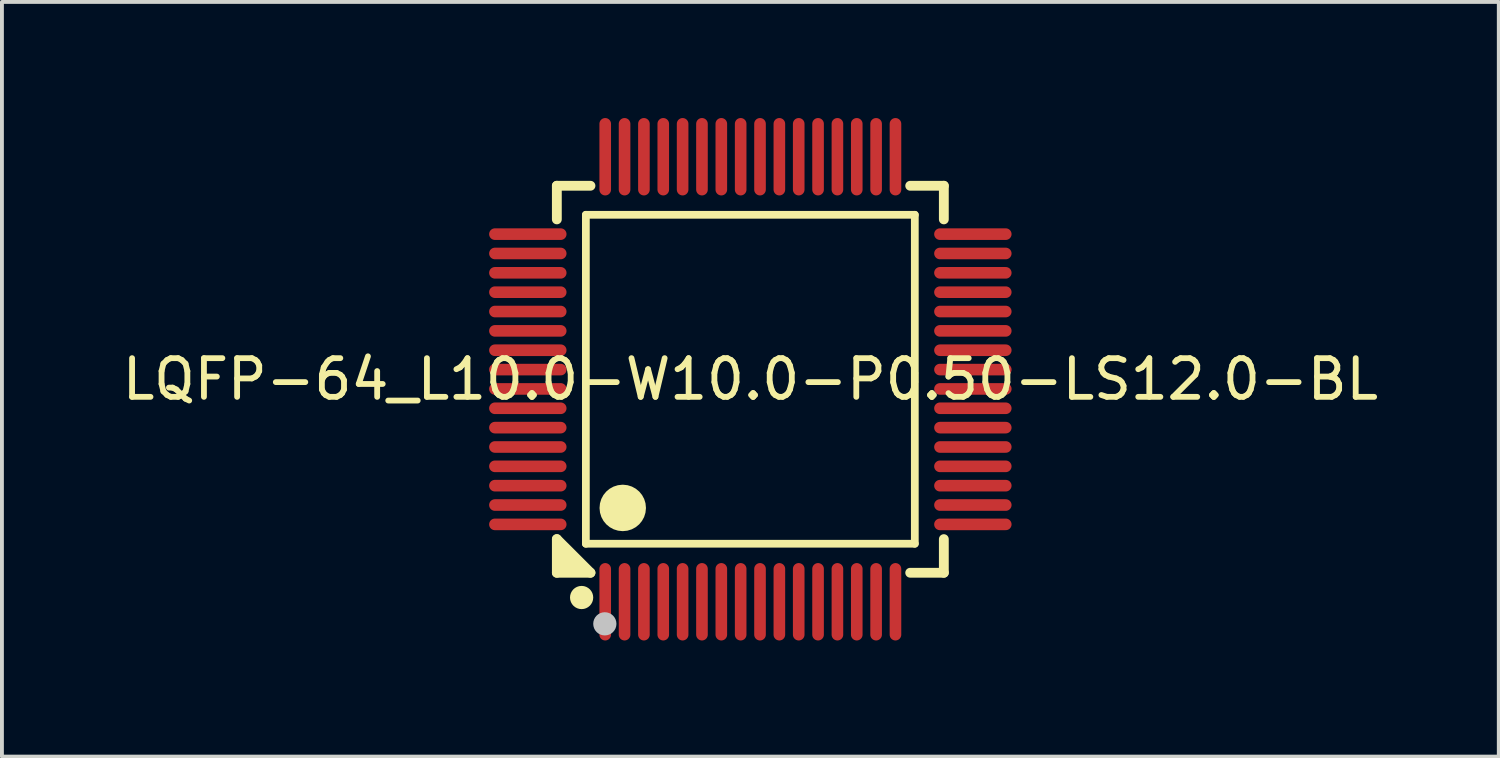
<source format=kicad_pcb>
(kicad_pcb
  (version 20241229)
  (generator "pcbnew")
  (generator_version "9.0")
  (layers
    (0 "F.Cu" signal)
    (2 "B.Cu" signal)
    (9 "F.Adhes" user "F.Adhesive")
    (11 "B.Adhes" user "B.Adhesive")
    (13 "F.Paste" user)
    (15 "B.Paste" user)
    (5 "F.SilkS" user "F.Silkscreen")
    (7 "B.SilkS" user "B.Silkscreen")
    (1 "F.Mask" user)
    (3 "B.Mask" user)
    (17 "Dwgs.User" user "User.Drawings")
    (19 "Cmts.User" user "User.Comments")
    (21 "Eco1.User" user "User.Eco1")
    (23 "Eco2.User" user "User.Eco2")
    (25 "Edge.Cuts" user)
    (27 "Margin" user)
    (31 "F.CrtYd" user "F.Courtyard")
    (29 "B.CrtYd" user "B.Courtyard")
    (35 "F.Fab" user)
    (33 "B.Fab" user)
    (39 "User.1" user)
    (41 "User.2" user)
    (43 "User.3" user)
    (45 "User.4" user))
  (footprint "LQFP-64_L10.0-W10.0-P0.50-LS12.0-BL"
    (layer "F.Cu")
    (at 16.339 6.75)
    (property "Reference" "LQFP-64_L10.0-W10.0-P0.50-LS12.0-BL" (at 0 0 0) (unlocked yes) (layer "F.SilkS") (effects (font (size 1 1) (thickness 0.15))))
    (fp_line (start -5 -5) (end -4.131 -5) (stroke (width 0.254) (type default)) (layer "F.SilkS"))
    (fp_line (start -5 -4.131) (end -5 -5) (stroke (width 0.254) (type default)) (layer "F.SilkS"))
    (fp_line (start -5 4.131) (end -4.131 5) (stroke (width 0.254) (type default)) (layer "F.SilkS"))
    (fp_line (start -5 5) (end -5 4.131) (stroke (width 0.254) (type default)) (layer "F.SilkS"))
    (fp_line (start -4.25 -4.25) (end -4.25 4.25) (stroke (width 0.2) (type default)) (layer "F.SilkS"))
    (fp_line (start -4.25 4.25) (end 4.25 4.25) (stroke (width 0.2) (type default)) (layer "F.SilkS"))
    (fp_line (start -4.131 5) (end -5 5) (stroke (width 0.254) (type default)) (layer "F.SilkS"))
    (fp_line (start 4.25 -4.25) (end -4.25 -4.25) (stroke (width 0.2) (type default)) (layer "F.SilkS"))
    (fp_line (start 4.25 4.25) (end 4.25 -4.25) (stroke (width 0.2) (type default)) (layer "F.SilkS"))
    (fp_line (start 5 -5) (end 4.131 -5) (stroke (width 0.254) (type default)) (layer "F.SilkS"))
    (fp_line (start 5 -5) (end 5 -4.131) (stroke (width 0.254) (type default)) (layer "F.SilkS"))
    (fp_line (start 5 4.131) (end 5 5) (stroke (width 0.254) (type default)) (layer "F.SilkS"))
    (fp_line (start 5 5) (end 4.131 5) (stroke (width 0.254) (type default)) (layer "F.SilkS"))
    (fp_arc (start -4.3585 5.49) (mid -4.36 5.790007) (end -4.3615 5.49) (stroke (width 0.3) (type default)) (layer "F.SilkS"))
    (fp_arc (start -3.2945 3.025) (mid -3.297 3.62501) (end -3.2995 3.025) (stroke (width 0.6) (type default)) (layer "F.SilkS"))
    (fp_poly (pts (xy -4.131 5) (xy -5 4.131) (xy -5 5)) (stroke (width 0) (type default)) (fill yes) (layer "F.SilkS"))
    (fp_circle (center -3.76 6.32) (end -3.61 6.32) (stroke (width 0.3) (type default)) (fill no) (layer "Dwgs.User"))
    (fp_poly (pts (xy -6 -3.64) (xy -6 -3.86) (xy -5.4 -3.86) (xy -5.4 -3.64)) (stroke (width 0.1) (type default)) (fill no) (layer "User.1"))
    (fp_poly (pts (xy -6 -3.14) (xy -6 -3.36) (xy -5.4 -3.36) (xy -5.4 -3.14)) (stroke (width 0.1) (type default)) (fill no) (layer "User.1"))
    (fp_poly (pts (xy -6 -2.64) (xy -6 -2.86) (xy -5.4 -2.86) (xy -5.4 -2.64)) (stroke (width 0.1) (type default)) (fill no) (layer "User.1"))
    (fp_poly (pts (xy -6 -2.14) (xy -6 -2.36) (xy -5.4 -2.36) (xy -5.4 -2.14)) (stroke (width 0.1) (type default)) (fill no) (layer "User.1"))
    (fp_poly (pts (xy -6 -1.64) (xy -6 -1.86) (xy -5.4 -1.86) (xy -5.4 -1.64)) (stroke (width 0.1) (type default)) (fill no) (layer "User.1"))
    (fp_poly (pts (xy -6 -1.14) (xy -6 -1.36) (xy -5.4 -1.36) (xy -5.4 -1.14)) (stroke (width 0.1) (type default)) (fill no) (layer "User.1"))
    (fp_poly (pts (xy -6 -0.64) (xy -6 -0.86) (xy -5.4 -0.86) (xy -5.4 -0.64)) (stroke (width 0.1) (type default)) (fill no) (layer "User.1"))
    (fp_poly (pts (xy -6 -0.14) (xy -6 -0.36) (xy -5.4 -0.36) (xy -5.4 -0.14)) (stroke (width 0.1) (type default)) (fill no) (layer "User.1"))
    (fp_poly (pts (xy -6 0.36) (xy -6 0.14) (xy -5.4 0.14) (xy -5.4 0.36)) (stroke (width 0.1) (type default)) (fill no) (layer "User.1"))
    (fp_poly (pts (xy -6 0.86) (xy -6 0.64) (xy -5.4 0.64) (xy -5.4 0.86)) (stroke (width 0.1) (type default)) (fill no) (layer "User.1"))
    (fp_poly (pts (xy -6 1.36) (xy -6 1.14) (xy -5.4 1.14) (xy -5.4 1.36)) (stroke (width 0.1) (type default)) (fill no) (layer "User.1"))
    (fp_poly (pts (xy -6 1.86) (xy -6 1.64) (xy -5.4 1.64) (xy -5.4 1.86)) (stroke (width 0.1) (type default)) (fill no) (layer "User.1"))
    (fp_poly (pts (xy -6 2.36) (xy -6 2.14) (xy -5.4 2.14) (xy -5.4 2.36)) (stroke (width 0.1) (type default)) (fill no) (layer "User.1"))
    (fp_poly (pts (xy -6 2.86) (xy -6 2.64) (xy -5.4 2.64) (xy -5.4 2.86)) (stroke (width 0.1) (type default)) (fill no) (layer "User.1"))
    (fp_poly (pts (xy -6 3.36) (xy -6 3.14) (xy -5.4 3.14) (xy -5.4 3.36)) (stroke (width 0.1) (type default)) (fill no) (layer "User.1"))
    (fp_poly (pts (xy -6 3.86) (xy -6 3.64) (xy -5.4 3.64) (xy -5.4 3.86)) (stroke (width 0.1) (type default)) (fill no) (layer "User.1"))
    (fp_poly (pts (xy -5.41 -3.64) (xy -5.41 -3.86) (xy -4.99 -3.86) (xy -4.99 -3.64)) (stroke (width 0.1) (type default)) (fill no) (layer "User.1"))
    (fp_poly (pts (xy -5.41 -3.14) (xy -5.41 -3.36) (xy -4.99 -3.36) (xy -4.99 -3.14)) (stroke (width 0.1) (type default)) (fill no) (layer "User.1"))
    (fp_poly (pts (xy -5.41 -2.64) (xy -5.41 -2.86) (xy -4.99 -2.86) (xy -4.99 -2.64)) (stroke (width 0.1) (type default)) (fill no) (layer "User.1"))
    (fp_poly (pts (xy -5.41 -2.14) (xy -5.41 -2.36) (xy -4.99 -2.36) (xy -4.99 -2.14)) (stroke (width 0.1) (type default)) (fill no) (layer "User.1"))
    (fp_poly (pts (xy -5.41 -1.64) (xy -5.41 -1.86) (xy -4.99 -1.86) (xy -4.99 -1.64)) (stroke (width 0.1) (type default)) (fill no) (layer "User.1"))
    (fp_poly (pts (xy -5.41 -1.14) (xy -5.41 -1.36) (xy -4.99 -1.36) (xy -4.99 -1.14)) (stroke (width 0.1) (type default)) (fill no) (layer "User.1"))
    (fp_poly (pts (xy -5.41 -0.64) (xy -5.41 -0.86) (xy -4.99 -0.86) (xy -4.99 -0.64)) (stroke (width 0.1) (type default)) (fill no) (layer "User.1"))
    (fp_poly (pts (xy -5.41 -0.14) (xy -5.41 -0.36) (xy -4.99 -0.36) (xy -4.99 -0.14)) (stroke (width 0.1) (type default)) (fill no) (layer "User.1"))
    (fp_poly (pts (xy -5.41 0.36) (xy -5.41 0.14) (xy -4.99 0.14) (xy -4.99 0.36)) (stroke (width 0.1) (type default)) (fill no) (layer "User.1"))
    (fp_poly (pts (xy -5.41 0.86) (xy -5.41 0.64) (xy -4.99 0.64) (xy -4.99 0.86)) (stroke (width 0.1) (type default)) (fill no) (layer "User.1"))
    (fp_poly (pts (xy -5.41 1.36) (xy -5.41 1.14) (xy -4.99 1.14) (xy -4.99 1.36)) (stroke (width 0.1) (type default)) (fill no) (layer "User.1"))
    (fp_poly (pts (xy -5.41 1.86) (xy -5.41 1.64) (xy -4.99 1.64) (xy -4.99 1.86)) (stroke (width 0.1) (type default)) (fill no) (layer "User.1"))
    (fp_poly (pts (xy -5.41 2.36) (xy -5.41 2.14) (xy -4.99 2.14) (xy -4.99 2.36)) (stroke (width 0.1) (type default)) (fill no) (layer "User.1"))
    (fp_poly (pts (xy -5.41 2.86) (xy -5.41 2.64) (xy -4.99 2.64) (xy -4.99 2.86)) (stroke (width 0.1) (type default)) (fill no) (layer "User.1"))
    (fp_poly (pts (xy -5.41 3.36) (xy -5.41 3.14) (xy -4.99 3.14) (xy -4.99 3.36)) (stroke (width 0.1) (type default)) (fill no) (layer "User.1"))
    (fp_poly (pts (xy -5.41 3.86) (xy -5.41 3.64) (xy -4.99 3.64) (xy -4.99 3.86)) (stroke (width 0.1) (type default)) (fill no) (layer "User.1"))
    (fp_poly (pts (xy -3.86 -5.4) (xy -3.86 -6) (xy -3.64 -6) (xy -3.64 -5.4)) (stroke (width 0.1) (type default)) (fill no) (layer "User.1"))
    (fp_poly (pts (xy -3.86 -4.99) (xy -3.86 -5.41) (xy -3.64 -5.41) (xy -3.64 -4.99)) (stroke (width 0.1) (type default)) (fill no) (layer "User.1"))
    (fp_poly (pts (xy -3.86 5.41) (xy -3.86 4.99) (xy -3.64 4.99) (xy -3.64 5.41)) (stroke (width 0.1) (type default)) (fill no) (layer "User.1"))
    (fp_poly (pts (xy -3.86 6) (xy -3.86 5.4) (xy -3.64 5.4) (xy -3.64 6)) (stroke (width 0.1) (type default)) (fill no) (layer "User.1"))
    (fp_poly (pts (xy -3.36 -5.4) (xy -3.36 -6) (xy -3.14 -6) (xy -3.14 -5.4)) (stroke (width 0.1) (type default)) (fill no) (layer "User.1"))
    (fp_poly (pts (xy -3.36 -4.99) (xy -3.36 -5.41) (xy -3.14 -5.41) (xy -3.14 -4.99)) (stroke (width 0.1) (type default)) (fill no) (layer "User.1"))
    (fp_poly (pts (xy -3.36 5.41) (xy -3.36 4.99) (xy -3.14 4.99) (xy -3.14 5.41)) (stroke (width 0.1) (type default)) (fill no) (layer "User.1"))
    (fp_poly (pts (xy -3.36 6) (xy -3.36 5.4) (xy -3.14 5.4) (xy -3.14 6)) (stroke (width 0.1) (type default)) (fill no) (layer "User.1"))
    (fp_poly (pts (xy -2.86 -5.4) (xy -2.86 -6) (xy -2.64 -6) (xy -2.64 -5.4)) (stroke (width 0.1) (type default)) (fill no) (layer "User.1"))
    (fp_poly (pts (xy -2.86 -4.99) (xy -2.86 -5.41) (xy -2.64 -5.41) (xy -2.64 -4.99)) (stroke (width 0.1) (type default)) (fill no) (layer "User.1"))
    (fp_poly (pts (xy -2.86 5.41) (xy -2.86 4.99) (xy -2.64 4.99) (xy -2.64 5.41)) (stroke (width 0.1) (type default)) (fill no) (layer "User.1"))
    (fp_poly (pts (xy -2.86 6) (xy -2.86 5.4) (xy -2.64 5.4) (xy -2.64 6)) (stroke (width 0.1) (type default)) (fill no) (layer "User.1"))
    (fp_poly (pts (xy -2.36 -5.4) (xy -2.36 -6) (xy -2.14 -6) (xy -2.14 -5.4)) (stroke (width 0.1) (type default)) (fill no) (layer "User.1"))
    (fp_poly (pts (xy -2.36 -4.99) (xy -2.36 -5.41) (xy -2.14 -5.41) (xy -2.14 -4.99)) (stroke (width 0.1) (type default)) (fill no) (layer "User.1"))
    (fp_poly (pts (xy -2.36 5.41) (xy -2.36 4.99) (xy -2.14 4.99) (xy -2.14 5.41)) (stroke (width 0.1) (type default)) (fill no) (layer "User.1"))
    (fp_poly (pts (xy -2.36 6) (xy -2.36 5.4) (xy -2.14 5.4) (xy -2.14 6)) (stroke (width 0.1) (type default)) (fill no) (layer "User.1"))
    (fp_poly (pts (xy -1.86 -5.4) (xy -1.86 -6) (xy -1.64 -6) (xy -1.64 -5.4)) (stroke (width 0.1) (type default)) (fill no) (layer "User.1"))
    (fp_poly (pts (xy -1.86 -4.99) (xy -1.86 -5.41) (xy -1.64 -5.41) (xy -1.64 -4.99)) (stroke (width 0.1) (type default)) (fill no) (layer "User.1"))
    (fp_poly (pts (xy -1.86 5.41) (xy -1.86 4.99) (xy -1.64 4.99) (xy -1.64 5.41)) (stroke (width 0.1) (type default)) (fill no) (layer "User.1"))
    (fp_poly (pts (xy -1.86 6) (xy -1.86 5.4) (xy -1.64 5.4) (xy -1.64 6)) (stroke (width 0.1) (type default)) (fill no) (layer "User.1"))
    (fp_poly (pts (xy -1.36 -5.4) (xy -1.36 -6) (xy -1.14 -6) (xy -1.14 -5.4)) (stroke (width 0.1) (type default)) (fill no) (layer "User.1"))
    (fp_poly (pts (xy -1.36 -4.99) (xy -1.36 -5.41) (xy -1.14 -5.41) (xy -1.14 -4.99)) (stroke (width 0.1) (type default)) (fill no) (layer "User.1"))
    (fp_poly (pts (xy -1.36 5.41) (xy -1.36 4.99) (xy -1.14 4.99) (xy -1.14 5.41)) (stroke (width 0.1) (type default)) (fill no) (layer "User.1"))
    (fp_poly (pts (xy -1.36 6) (xy -1.36 5.4) (xy -1.14 5.4) (xy -1.14 6)) (stroke (width 0.1) (type default)) (fill no) (layer "User.1"))
    (fp_poly (pts (xy -0.86 -5.4) (xy -0.86 -6) (xy -0.64 -6) (xy -0.64 -5.4)) (stroke (width 0.1) (type default)) (fill no) (layer "User.1"))
    (fp_poly (pts (xy -0.86 -4.99) (xy -0.86 -5.41) (xy -0.64 -5.41) (xy -0.64 -4.99)) (stroke (width 0.1) (type default)) (fill no) (layer "User.1"))
    (fp_poly (pts (xy -0.86 5.41) (xy -0.86 4.99) (xy -0.64 4.99) (xy -0.64 5.41)) (stroke (width 0.1) (type default)) (fill no) (layer "User.1"))
    (fp_poly (pts (xy -0.86 6) (xy -0.86 5.4) (xy -0.64 5.4) (xy -0.64 6)) (stroke (width 0.1) (type default)) (fill no) (layer "User.1"))
    (fp_poly (pts (xy -0.36 -5.4) (xy -0.36 -6) (xy -0.14 -6) (xy -0.14 -5.4)) (stroke (width 0.1) (type default)) (fill no) (layer "User.1"))
    (fp_poly (pts (xy -0.36 -4.99) (xy -0.36 -5.41) (xy -0.14 -5.41) (xy -0.14 -4.99)) (stroke (width 0.1) (type default)) (fill no) (layer "User.1"))
    (fp_poly (pts (xy -0.36 5.41) (xy -0.36 4.99) (xy -0.14 4.99) (xy -0.14 5.41)) (stroke (width 0.1) (type default)) (fill no) (layer "User.1"))
    (fp_poly (pts (xy -0.36 6) (xy -0.36 5.4) (xy -0.14 5.4) (xy -0.14 6)) (stroke (width 0.1) (type default)) (fill no) (layer "User.1"))
    (fp_poly (pts (xy 0.14 -5.4) (xy 0.14 -6) (xy 0.36 -6) (xy 0.36 -5.4)) (stroke (width 0.1) (type default)) (fill no) (layer "User.1"))
    (fp_poly (pts (xy 0.14 -4.99) (xy 0.14 -5.41) (xy 0.36 -5.41) (xy 0.36 -4.99)) (stroke (width 0.1) (type default)) (fill no) (layer "User.1"))
    (fp_poly (pts (xy 0.14 5.41) (xy 0.14 4.99) (xy 0.36 4.99) (xy 0.36 5.41)) (stroke (width 0.1) (type default)) (fill no) (layer "User.1"))
    (fp_poly (pts (xy 0.14 6) (xy 0.14 5.4) (xy 0.36 5.4) (xy 0.36 6)) (stroke (width 0.1) (type default)) (fill no) (layer "User.1"))
    (fp_poly (pts (xy 0.64 -5.4) (xy 0.64 -6) (xy 0.86 -6) (xy 0.86 -5.4)) (stroke (width 0.1) (type default)) (fill no) (layer "User.1"))
    (fp_poly (pts (xy 0.64 -4.99) (xy 0.64 -5.41) (xy 0.86 -5.41) (xy 0.86 -4.99)) (stroke (width 0.1) (type default)) (fill no) (layer "User.1"))
    (fp_poly (pts (xy 0.64 5.41) (xy 0.64 4.99) (xy 0.86 4.99) (xy 0.86 5.41)) (stroke (width 0.1) (type default)) (fill no) (layer "User.1"))
    (fp_poly (pts (xy 0.64 6) (xy 0.64 5.4) (xy 0.86 5.4) (xy 0.86 6)) (stroke (width 0.1) (type default)) (fill no) (layer "User.1"))
    (fp_poly (pts (xy 1.14 -5.4) (xy 1.14 -6) (xy 1.36 -6) (xy 1.36 -5.4)) (stroke (width 0.1) (type default)) (fill no) (layer "User.1"))
    (fp_poly (pts (xy 1.14 -4.99) (xy 1.14 -5.41) (xy 1.36 -5.41) (xy 1.36 -4.99)) (stroke (width 0.1) (type default)) (fill no) (layer "User.1"))
    (fp_poly (pts (xy 1.14 5.41) (xy 1.14 4.99) (xy 1.36 4.99) (xy 1.36 5.41)) (stroke (width 0.1) (type default)) (fill no) (layer "User.1"))
    (fp_poly (pts (xy 1.14 6) (xy 1.14 5.4) (xy 1.36 5.4) (xy 1.36 6)) (stroke (width 0.1) (type default)) (fill no) (layer "User.1"))
    (fp_poly (pts (xy 1.64 -5.4) (xy 1.64 -6) (xy 1.86 -6) (xy 1.86 -5.4)) (stroke (width 0.1) (type default)) (fill no) (layer "User.1"))
    (fp_poly (pts (xy 1.64 -4.99) (xy 1.64 -5.41) (xy 1.86 -5.41) (xy 1.86 -4.99)) (stroke (width 0.1) (type default)) (fill no) (layer "User.1"))
    (fp_poly (pts (xy 1.64 5.41) (xy 1.64 4.99) (xy 1.86 4.99) (xy 1.86 5.41)) (stroke (width 0.1) (type default)) (fill no) (layer "User.1"))
    (fp_poly (pts (xy 1.64 6) (xy 1.64 5.4) (xy 1.86 5.4) (xy 1.86 6)) (stroke (width 0.1) (type default)) (fill no) (layer "User.1"))
    (fp_poly (pts (xy 2.14 -5.4) (xy 2.14 -6) (xy 2.36 -6) (xy 2.36 -5.4)) (stroke (width 0.1) (type default)) (fill no) (layer "User.1"))
    (fp_poly (pts (xy 2.14 -4.99) (xy 2.14 -5.41) (xy 2.36 -5.41) (xy 2.36 -4.99)) (stroke (width 0.1) (type default)) (fill no) (layer "User.1"))
    (fp_poly (pts (xy 2.14 5.41) (xy 2.14 4.99) (xy 2.36 4.99) (xy 2.36 5.41)) (stroke (width 0.1) (type default)) (fill no) (layer "User.1"))
    (fp_poly (pts (xy 2.14 6) (xy 2.14 5.4) (xy 2.36 5.4) (xy 2.36 6)) (stroke (width 0.1) (type default)) (fill no) (layer "User.1"))
    (fp_poly (pts (xy 2.64 -5.4) (xy 2.64 -6) (xy 2.86 -6) (xy 2.86 -5.4)) (stroke (width 0.1) (type default)) (fill no) (layer "User.1"))
    (fp_poly (pts (xy 2.64 -4.99) (xy 2.64 -5.41) (xy 2.86 -5.41) (xy 2.86 -4.99)) (stroke (width 0.1) (type default)) (fill no) (layer "User.1"))
    (fp_poly (pts (xy 2.64 5.41) (xy 2.64 4.99) (xy 2.86 4.99) (xy 2.86 5.41)) (stroke (width 0.1) (type default)) (fill no) (layer "User.1"))
    (fp_poly (pts (xy 2.64 6) (xy 2.64 5.4) (xy 2.86 5.4) (xy 2.86 6)) (stroke (width 0.1) (type default)) (fill no) (layer "User.1"))
    (fp_poly (pts (xy 3.14 -5.4) (xy 3.14 -6) (xy 3.36 -6) (xy 3.36 -5.4)) (stroke (width 0.1) (type default)) (fill no) (layer "User.1"))
    (fp_poly (pts (xy 3.14 -4.99) (xy 3.14 -5.41) (xy 3.36 -5.41) (xy 3.36 -4.99)) (stroke (width 0.1) (type default)) (fill no) (layer "User.1"))
    (fp_poly (pts (xy 3.14 5.41) (xy 3.14 4.99) (xy 3.36 4.99) (xy 3.36 5.41)) (stroke (width 0.1) (type default)) (fill no) (layer "User.1"))
    (fp_poly (pts (xy 3.14 6) (xy 3.14 5.4) (xy 3.36 5.4) (xy 3.36 6)) (stroke (width 0.1) (type default)) (fill no) (layer "User.1"))
    (fp_poly (pts (xy 3.64 -5.4) (xy 3.64 -6) (xy 3.86 -6) (xy 3.86 -5.4)) (stroke (width 0.1) (type default)) (fill no) (layer "User.1"))
    (fp_poly (pts (xy 3.64 -4.99) (xy 3.64 -5.41) (xy 3.86 -5.41) (xy 3.86 -4.99)) (stroke (width 0.1) (type default)) (fill no) (layer "User.1"))
    (fp_poly (pts (xy 3.64 5.41) (xy 3.64 4.99) (xy 3.86 4.99) (xy 3.86 5.41)) (stroke (width 0.1) (type default)) (fill no) (layer "User.1"))
    (fp_poly (pts (xy 3.64 6) (xy 3.64 5.4) (xy 3.86 5.4) (xy 3.86 6)) (stroke (width 0.1) (type default)) (fill no) (layer "User.1"))
    (fp_poly (pts (xy 4.99 -3.64) (xy 4.99 -3.86) (xy 5.41 -3.86) (xy 5.41 -3.64)) (stroke (width 0.1) (type default)) (fill no) (layer "User.1"))
    (fp_poly (pts (xy 4.99 -3.14) (xy 4.99 -3.36) (xy 5.41 -3.36) (xy 5.41 -3.14)) (stroke (width 0.1) (type default)) (fill no) (layer "User.1"))
    (fp_poly (pts (xy 4.99 -2.64) (xy 4.99 -2.86) (xy 5.41 -2.86) (xy 5.41 -2.64)) (stroke (width 0.1) (type default)) (fill no) (layer "User.1"))
    (fp_poly (pts (xy 4.99 -2.14) (xy 4.99 -2.36) (xy 5.41 -2.36) (xy 5.41 -2.14)) (stroke (width 0.1) (type default)) (fill no) (layer "User.1"))
    (fp_poly (pts (xy 4.99 -1.64) (xy 4.99 -1.86) (xy 5.41 -1.86) (xy 5.41 -1.64)) (stroke (width 0.1) (type default)) (fill no) (layer "User.1"))
    (fp_poly (pts (xy 4.99 -1.14) (xy 4.99 -1.36) (xy 5.41 -1.36) (xy 5.41 -1.14)) (stroke (width 0.1) (type default)) (fill no) (layer "User.1"))
    (fp_poly (pts (xy 4.99 -0.64) (xy 4.99 -0.86) (xy 5.41 -0.86) (xy 5.41 -0.64)) (stroke (width 0.1) (type default)) (fill no) (layer "User.1"))
    (fp_poly (pts (xy 4.99 -0.14) (xy 4.99 -0.36) (xy 5.41 -0.36) (xy 5.41 -0.14)) (stroke (width 0.1) (type default)) (fill no) (layer "User.1"))
    (fp_poly (pts (xy 4.99 0.36) (xy 4.99 0.14) (xy 5.41 0.14) (xy 5.41 0.36)) (stroke (width 0.1) (type default)) (fill no) (layer "User.1"))
    (fp_poly (pts (xy 4.99 0.86) (xy 4.99 0.64) (xy 5.41 0.64) (xy 5.41 0.86)) (stroke (width 0.1) (type default)) (fill no) (layer "User.1"))
    (fp_poly (pts (xy 4.99 1.36) (xy 4.99 1.14) (xy 5.41 1.14) (xy 5.41 1.36)) (stroke (width 0.1) (type default)) (fill no) (layer "User.1"))
    (fp_poly (pts (xy 4.99 1.86) (xy 4.99 1.64) (xy 5.41 1.64) (xy 5.41 1.86)) (stroke (width 0.1) (type default)) (fill no) (layer "User.1"))
    (fp_poly (pts (xy 4.99 2.36) (xy 4.99 2.14) (xy 5.41 2.14) (xy 5.41 2.36)) (stroke (width 0.1) (type default)) (fill no) (layer "User.1"))
    (fp_poly (pts (xy 4.99 2.86) (xy 4.99 2.64) (xy 5.41 2.64) (xy 5.41 2.86)) (stroke (width 0.1) (type default)) (fill no) (layer "User.1"))
    (fp_poly (pts (xy 4.99 3.36) (xy 4.99 3.14) (xy 5.41 3.14) (xy 5.41 3.36)) (stroke (width 0.1) (type default)) (fill no) (layer "User.1"))
    (fp_poly (pts (xy 4.99 3.86) (xy 4.99 3.64) (xy 5.41 3.64) (xy 5.41 3.86)) (stroke (width 0.1) (type default)) (fill no) (layer "User.1"))
    (fp_poly (pts (xy 5.4 -3.64) (xy 5.4 -3.86) (xy 6 -3.86) (xy 6 -3.64)) (stroke (width 0.1) (type default)) (fill no) (layer "User.1"))
    (fp_poly (pts (xy 5.4 -3.14) (xy 5.4 -3.36) (xy 6 -3.36) (xy 6 -3.14)) (stroke (width 0.1) (type default)) (fill no) (layer "User.1"))
    (fp_poly (pts (xy 5.4 -2.64) (xy 5.4 -2.86) (xy 6 -2.86) (xy 6 -2.64)) (stroke (width 0.1) (type default)) (fill no) (layer "User.1"))
    (fp_poly (pts (xy 5.4 -2.14) (xy 5.4 -2.36) (xy 6 -2.36) (xy 6 -2.14)) (stroke (width 0.1) (type default)) (fill no) (layer "User.1"))
    (fp_poly (pts (xy 5.4 -1.64) (xy 5.4 -1.86) (xy 6 -1.86) (xy 6 -1.64)) (stroke (width 0.1) (type default)) (fill no) (layer "User.1"))
    (fp_poly (pts (xy 5.4 -1.14) (xy 5.4 -1.36) (xy 6 -1.36) (xy 6 -1.14)) (stroke (width 0.1) (type default)) (fill no) (layer "User.1"))
    (fp_poly (pts (xy 5.4 -0.64) (xy 5.4 -0.86) (xy 6 -0.86) (xy 6 -0.64)) (stroke (width 0.1) (type default)) (fill no) (layer "User.1"))
    (fp_poly (pts (xy 5.4 -0.14) (xy 5.4 -0.36) (xy 6 -0.36) (xy 6 -0.14)) (stroke (width 0.1) (type default)) (fill no) (layer "User.1"))
    (fp_poly (pts (xy 5.4 0.36) (xy 5.4 0.14) (xy 6 0.14) (xy 6 0.36)) (stroke (width 0.1) (type default)) (fill no) (layer "User.1"))
    (fp_poly (pts (xy 5.4 0.86) (xy 5.4 0.64) (xy 6 0.64) (xy 6 0.86)) (stroke (width 0.1) (type default)) (fill no) (layer "User.1"))
    (fp_poly (pts (xy 5.4 1.36) (xy 5.4 1.14) (xy 6 1.14) (xy 6 1.36)) (stroke (width 0.1) (type default)) (fill no) (layer "User.1"))
    (fp_poly (pts (xy 5.4 1.86) (xy 5.4 1.64) (xy 6 1.64) (xy 6 1.86)) (stroke (width 0.1) (type default)) (fill no) (layer "User.1"))
    (fp_poly (pts (xy 5.4 2.36) (xy 5.4 2.14) (xy 6 2.14) (xy 6 2.36)) (stroke (width 0.1) (type default)) (fill no) (layer "User.1"))
    (fp_poly (pts (xy 5.4 2.86) (xy 5.4 2.64) (xy 6 2.64) (xy 6 2.86)) (stroke (width 0.1) (type default)) (fill no) (layer "User.1"))
    (fp_poly (pts (xy 5.4 3.36) (xy 5.4 3.14) (xy 6 3.14) (xy 6 3.36)) (stroke (width 0.1) (type default)) (fill no) (layer "User.1"))
    (fp_poly (pts (xy 5.4 3.86) (xy 5.4 3.64) (xy 6 3.64) (xy 6 3.86)) (stroke (width 0.1) (type default)) (fill no) (layer "User.1"))
    (fp_line (start -5 -5) (end 5 -5) (stroke (width 0.051) (type default)) (layer "User.2"))
    (fp_line (start -5 5) (end -5 -5) (stroke (width 0.051) (type default)) (layer "User.2"))
    (fp_line (start 5 -5) (end 5 5) (stroke (width 0.051) (type default)) (layer "User.2"))
    (fp_line (start 5 5) (end -5 5) (stroke (width 0.051) (type default)) (layer "User.2"))
    (fp_poly (pts (xy -5.94 6) (xy -5.958 5.958) (xy -6 5.94) (xy -6.042 5.958) (xy -6.06 6) (xy -6.042 6.042) (xy -6 6.06) (xy -5.958 6.042)) (stroke (width 0.1) (type default)) (fill no) (layer "User.3"))
    (pad "1" smd oval (at -3.75 5.75) (size 0.3 2) (layers "F.Cu" "F.Mask" "F.Paste"))
    (pad "2" smd oval (at -3.25 5.75) (size 0.3 2) (layers "F.Cu" "F.Mask" "F.Paste"))
    (pad "3" smd oval (at -2.75 5.75) (size 0.3 2) (layers "F.Cu" "F.Mask" "F.Paste"))
    (pad "4" smd oval (at -2.25 5.75) (size 0.3 2) (layers "F.Cu" "F.Mask" "F.Paste"))
    (pad "5" smd oval (at -1.75 5.75) (size 0.3 2) (layers "F.Cu" "F.Mask" "F.Paste"))
    (pad "6" smd oval (at -1.25 5.75) (size 0.3 2) (layers "F.Cu" "F.Mask" "F.Paste"))
    (pad "7" smd oval (at -0.75 5.75) (size 0.3 2) (layers "F.Cu" "F.Mask" "F.Paste"))
    (pad "8" smd oval (at -0.25 5.75) (size 0.3 2) (layers "F.Cu" "F.Mask" "F.Paste"))
    (pad "9" smd oval (at 0.25 5.75) (size 0.3 2) (layers "F.Cu" "F.Mask" "F.Paste"))
    (pad "10" smd oval (at 0.75 5.75) (size 0.3 2) (layers "F.Cu" "F.Mask" "F.Paste"))
    (pad "11" smd oval (at 1.25 5.75) (size 0.3 2) (layers "F.Cu" "F.Mask" "F.Paste"))
    (pad "12" smd oval (at 1.75 5.75) (size 0.3 2) (layers "F.Cu" "F.Mask" "F.Paste"))
    (pad "13" smd oval (at 2.25 5.75) (size 0.3 2) (layers "F.Cu" "F.Mask" "F.Paste"))
    (pad "14" smd oval (at 2.75 5.75) (size 0.3 2) (layers "F.Cu" "F.Mask" "F.Paste"))
    (pad "15" smd oval (at 3.25 5.75) (size 0.3 2) (layers "F.Cu" "F.Mask" "F.Paste"))
    (pad "16" smd oval (at 3.75 5.75) (size 0.3 2) (layers "F.Cu" "F.Mask" "F.Paste"))
    (pad "17" smd oval (at 5.75 3.75) (size 2 0.3) (layers "F.Cu" "F.Mask" "F.Paste"))
    (pad "18" smd oval (at 5.75 3.25) (size 2 0.3) (layers "F.Cu" "F.Mask" "F.Paste"))
    (pad "19" smd oval (at 5.75 2.75) (size 2 0.3) (layers "F.Cu" "F.Mask" "F.Paste"))
    (pad "20" smd oval (at 5.75 2.25) (size 2 0.3) (layers "F.Cu" "F.Mask" "F.Paste"))
    (pad "21" smd oval (at 5.75 1.75) (size 2 0.3) (layers "F.Cu" "F.Mask" "F.Paste"))
    (pad "22" smd oval (at 5.75 1.25) (size 2 0.3) (layers "F.Cu" "F.Mask" "F.Paste"))
    (pad "23" smd oval (at 5.75 0.75) (size 2 0.3) (layers "F.Cu" "F.Mask" "F.Paste"))
    (pad "24" smd oval (at 5.75 0.25) (size 2 0.3) (layers "F.Cu" "F.Mask" "F.Paste"))
    (pad "25" smd oval (at 5.75 -0.25) (size 2 0.3) (layers "F.Cu" "F.Mask" "F.Paste"))
    (pad "26" smd oval (at 5.75 -0.75) (size 2 0.3) (layers "F.Cu" "F.Mask" "F.Paste"))
    (pad "27" smd oval (at 5.75 -1.25) (size 2 0.3) (layers "F.Cu" "F.Mask" "F.Paste"))
    (pad "28" smd oval (at 5.75 -1.75) (size 2 0.3) (layers "F.Cu" "F.Mask" "F.Paste"))
    (pad "29" smd oval (at 5.75 -2.25) (size 2 0.3) (layers "F.Cu" "F.Mask" "F.Paste"))
    (pad "30" smd oval (at 5.75 -2.75) (size 2 0.3) (layers "F.Cu" "F.Mask" "F.Paste"))
    (pad "31" smd oval (at 5.75 -3.25) (size 2 0.3) (layers "F.Cu" "F.Mask" "F.Paste"))
    (pad "32" smd oval (at 5.75 -3.75) (size 2 0.3) (layers "F.Cu" "F.Mask" "F.Paste"))
    (pad "33" smd oval (at 3.75 -5.75) (size 0.3 2) (layers "F.Cu" "F.Mask" "F.Paste"))
    (pad "34" smd oval (at 3.25 -5.75) (size 0.3 2) (layers "F.Cu" "F.Mask" "F.Paste"))
    (pad "35" smd oval (at 2.75 -5.75) (size 0.3 2) (layers "F.Cu" "F.Mask" "F.Paste"))
    (pad "36" smd oval (at 2.25 -5.75) (size 0.3 2) (layers "F.Cu" "F.Mask" "F.Paste"))
    (pad "37" smd oval (at 1.75 -5.75) (size 0.3 2) (layers "F.Cu" "F.Mask" "F.Paste"))
    (pad "38" smd oval (at 1.25 -5.75) (size 0.3 2) (layers "F.Cu" "F.Mask" "F.Paste"))
    (pad "39" smd oval (at 0.75 -5.75) (size 0.3 2) (layers "F.Cu" "F.Mask" "F.Paste"))
    (pad "40" smd oval (at 0.25 -5.75) (size 0.3 2) (layers "F.Cu" "F.Mask" "F.Paste"))
    (pad "41" smd oval (at -0.25 -5.75) (size 0.3 2) (layers "F.Cu" "F.Mask" "F.Paste"))
    (pad "42" smd oval (at -0.75 -5.75) (size 0.3 2) (layers "F.Cu" "F.Mask" "F.Paste"))
    (pad "43" smd oval (at -1.25 -5.75) (size 0.3 2) (layers "F.Cu" "F.Mask" "F.Paste"))
    (pad "44" smd oval (at -1.75 -5.75) (size 0.3 2) (layers "F.Cu" "F.Mask" "F.Paste"))
    (pad "45" smd oval (at -2.25 -5.75) (size 0.3 2) (layers "F.Cu" "F.Mask" "F.Paste"))
    (pad "46" smd oval (at -2.75 -5.75) (size 0.3 2) (layers "F.Cu" "F.Mask" "F.Paste"))
    (pad "47" smd oval (at -3.25 -5.75) (size 0.3 2) (layers "F.Cu" "F.Mask" "F.Paste"))
    (pad "48" smd oval (at -3.75 -5.75) (size 0.3 2) (layers "F.Cu" "F.Mask" "F.Paste"))
    (pad "49" smd oval (at -5.75 -3.75) (size 2 0.3) (layers "F.Cu" "F.Mask" "F.Paste"))
    (pad "50" smd oval (at -5.75 -3.25) (size 2 0.3) (layers "F.Cu" "F.Mask" "F.Paste"))
    (pad "51" smd oval (at -5.75 -2.75) (size 2 0.3) (layers "F.Cu" "F.Mask" "F.Paste"))
    (pad "52" smd oval (at -5.75 -2.25) (size 2 0.3) (layers "F.Cu" "F.Mask" "F.Paste"))
    (pad "53" smd oval (at -5.75 -1.75) (size 2 0.3) (layers "F.Cu" "F.Mask" "F.Paste"))
    (pad "54" smd oval (at -5.75 -1.25) (size 2 0.3) (layers "F.Cu" "F.Mask" "F.Paste"))
    (pad "55" smd oval (at -5.75 -0.75) (size 2 0.3) (layers "F.Cu" "F.Mask" "F.Paste"))
    (pad "56" smd oval (at -5.75 -0.25) (size 2 0.3) (layers "F.Cu" "F.Mask" "F.Paste"))
    (pad "57" smd oval (at -5.75 0.25) (size 2 0.3) (layers "F.Cu" "F.Mask" "F.Paste"))
    (pad "58" smd oval (at -5.75 0.75) (size 2 0.3) (layers "F.Cu" "F.Mask" "F.Paste"))
    (pad "59" smd oval (at -5.75 1.25) (size 2 0.3) (layers "F.Cu" "F.Mask" "F.Paste"))
    (pad "60" smd oval (at -5.75 1.75) (size 2 0.3) (layers "F.Cu" "F.Mask" "F.Paste"))
    (pad "61" smd oval (at -5.75 2.25) (size 2 0.3) (layers "F.Cu" "F.Mask" "F.Paste"))
    (pad "62" smd oval (at -5.75 2.75) (size 2 0.3) (layers "F.Cu" "F.Mask" "F.Paste"))
    (pad "63" smd oval (at -5.75 3.25) (size 2 0.3) (layers "F.Cu" "F.Mask" "F.Paste"))
    (pad "64" smd oval (at -5.75 3.75) (size 2 0.3) (layers "F.Cu" "F.Mask" "F.Paste")))
  (gr_rect
    (start -3 -3)
    (end 35.679 16.5)
    (stroke (width 0.1) (type default))
    (fill no)
    (layer "Edge.Cuts")))
</source>
